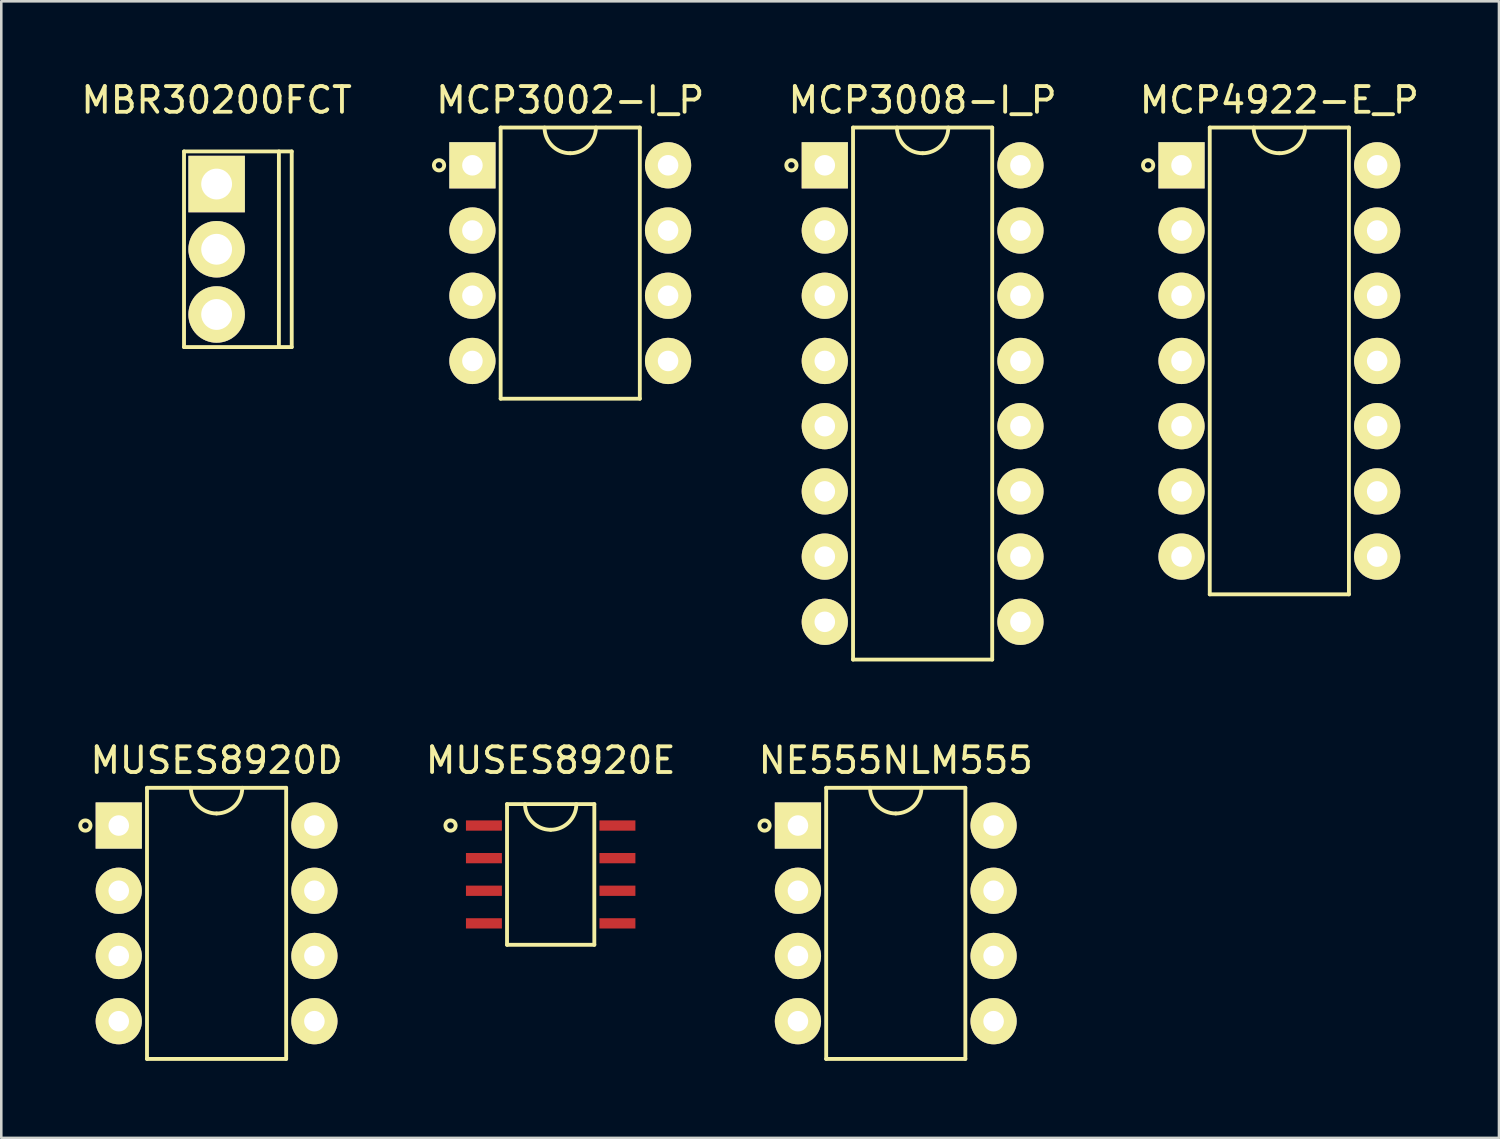
<source format=kicad_pcb>
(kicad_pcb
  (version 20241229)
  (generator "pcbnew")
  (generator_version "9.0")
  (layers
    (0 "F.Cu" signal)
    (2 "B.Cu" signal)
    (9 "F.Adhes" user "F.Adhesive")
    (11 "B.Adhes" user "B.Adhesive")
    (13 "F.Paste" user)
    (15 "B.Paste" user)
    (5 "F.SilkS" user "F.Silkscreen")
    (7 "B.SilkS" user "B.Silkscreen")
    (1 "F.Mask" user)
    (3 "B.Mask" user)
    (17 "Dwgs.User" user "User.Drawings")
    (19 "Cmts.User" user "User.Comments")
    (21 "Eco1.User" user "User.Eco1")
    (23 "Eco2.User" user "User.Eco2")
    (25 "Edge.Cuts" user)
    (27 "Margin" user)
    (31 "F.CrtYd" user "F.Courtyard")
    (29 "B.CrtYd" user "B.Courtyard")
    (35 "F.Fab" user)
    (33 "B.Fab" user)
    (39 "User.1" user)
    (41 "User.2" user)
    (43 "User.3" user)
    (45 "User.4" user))
  (footprint "MUSES8920E"
    (layer "F.Cu")
    (at 15.797 29.102)
    (property "Reference" "MUSES8920E" (at 2.6 -2.54 0) (layer "F.SilkS") (effects (font (size 1 1) (thickness 0.15))))
    (attr through_hole)
    (fp_line (start 0.9 -0.835) (end 4.3 -0.835) (stroke (width 0.15) (type solid)) (layer "F.SilkS"))
    (fp_line (start 0.9 4.645) (end 0.9 -0.835) (stroke (width 0.15) (type solid)) (layer "F.SilkS"))
    (fp_line (start 4.3 -0.835) (end 4.3 4.645) (stroke (width 0.15) (type solid)) (layer "F.SilkS"))
    (fp_line (start 4.3 4.645) (end 0.9 4.645) (stroke (width 0.15) (type solid)) (layer "F.SilkS"))
    (fp_arc (start 2.6 0.165) (mid 1.892893 -0.127893) (end 1.6 -0.835) (stroke (width 0.15) (type solid)) (layer "F.SilkS"))
    (fp_arc (start 3.6 -0.835) (mid 3.307107 -0.127893) (end 2.6 0.165) (stroke (width 0.15) (type solid)) (layer "F.SilkS"))
    (fp_circle (center -1.3 0) (end -1.3 0.2) (stroke (width 0.15) (type solid)) (fill no) (layer "F.SilkS"))
    (pad "1" smd rect (at 0 0) (size 1.4 0.4) (layers "F.Cu" "F.Mask" "F.Paste"))
    (pad "2" smd rect (at 0 1.27) (size 1.4 0.4) (layers "F.Cu" "F.Mask" "F.Paste"))
    (pad "3" smd rect (at 0 2.54) (size 1.4 0.4) (layers "F.Cu" "F.Mask" "F.Paste"))
    (pad "4" smd rect (at 0 3.81) (size 1.4 0.4) (layers "F.Cu" "F.Mask" "F.Paste"))
    (pad "5" smd rect (at 5.2 3.81) (size 1.4 0.4) (layers "F.Cu" "F.Mask" "F.Paste"))
    (pad "6" smd rect (at 5.2 2.54) (size 1.4 0.4) (layers "F.Cu" "F.Mask" "F.Paste"))
    (pad "7" smd rect (at 5.2 1.27) (size 1.4 0.4) (layers "F.Cu" "F.Mask" "F.Paste"))
    (pad "8" smd rect (at 5.2 0) (size 1.4 0.4) (layers "F.Cu" "F.Mask" "F.Paste")))
  (footprint "MCP4922-E_P"
    (layer "F.Cu")
    (at 42.966 3.388)
    (property "Reference" "MCP4922-E_P" (at 3.81 -2.54 0) (layer "F.SilkS") (effects (font (size 1 1) (thickness 0.15))))
    (attr through_hole)
    (fp_line (start 1.1 -1.47) (end 6.52 -1.47) (stroke (width 0.15) (type solid)) (layer "F.SilkS"))
    (fp_line (start 1.1 16.71) (end 1.1 -1.47) (stroke (width 0.15) (type solid)) (layer "F.SilkS"))
    (fp_line (start 6.52 -1.47) (end 6.52 16.71) (stroke (width 0.15) (type solid)) (layer "F.SilkS"))
    (fp_line (start 6.52 16.71) (end 1.1 16.71) (stroke (width 0.15) (type solid)) (layer "F.SilkS"))
    (fp_arc (start 3.81 -0.47) (mid 3.102893 -0.762893) (end 2.81 -1.47) (stroke (width 0.15) (type solid)) (layer "F.SilkS"))
    (fp_arc (start 4.81 -1.47) (mid 4.517107 -0.762893) (end 3.81 -0.47) (stroke (width 0.15) (type solid)) (layer "F.SilkS"))
    (fp_circle (center -1.3 0) (end -1.3 0.2) (stroke (width 0.15) (type solid)) (fill no) (layer "F.SilkS"))
    (pad "1" thru_hole rect (at 0 0) (size 1.8 1.8) (drill 0.8) (layers "*.Cu" "*.Mask" "F.SilkS"))
    (pad "2" thru_hole circle (at 0 2.54) (size 1.8 1.8) (drill 0.8) (layers "*.Cu" "*.Mask" "F.SilkS"))
    (pad "3" thru_hole circle (at 0 5.08) (size 1.8 1.8) (drill 0.8) (layers "*.Cu" "*.Mask" "F.SilkS"))
    (pad "4" thru_hole circle (at 0 7.62) (size 1.8 1.8) (drill 0.8) (layers "*.Cu" "*.Mask" "F.SilkS"))
    (pad "5" thru_hole circle (at 0 10.16) (size 1.8 1.8) (drill 0.8) (layers "*.Cu" "*.Mask" "F.SilkS"))
    (pad "6" thru_hole circle (at 0 12.7) (size 1.8 1.8) (drill 0.8) (layers "*.Cu" "*.Mask" "F.SilkS"))
    (pad "7" thru_hole circle (at 0 15.24) (size 1.8 1.8) (drill 0.8) (layers "*.Cu" "*.Mask" "F.SilkS"))
    (pad "8" thru_hole circle (at 7.62 15.24) (size 1.8 1.8) (drill 0.8) (layers "*.Cu" "*.Mask" "F.SilkS"))
    (pad "9" thru_hole circle (at 7.62 12.7) (size 1.8 1.8) (drill 0.8) (layers "*.Cu" "*.Mask" "F.SilkS"))
    (pad "10" thru_hole circle (at 7.62 10.16) (size 1.8 1.8) (drill 0.8) (layers "*.Cu" "*.Mask" "F.SilkS"))
    (pad "11" thru_hole circle (at 7.62 7.62) (size 1.8 1.8) (drill 0.8) (layers "*.Cu" "*.Mask" "F.SilkS"))
    (pad "12" thru_hole circle (at 7.62 5.08) (size 1.8 1.8) (drill 0.8) (layers "*.Cu" "*.Mask" "F.SilkS"))
    (pad "13" thru_hole circle (at 7.62 2.54) (size 1.8 1.8) (drill 0.8) (layers "*.Cu" "*.Mask" "F.SilkS"))
    (pad "14" thru_hole circle (at 7.62 0) (size 1.8 1.8) (drill 0.8) (layers "*.Cu" "*.Mask" "F.SilkS")))
  (footprint "MCP3002-I_P"
    (layer "F.Cu")
    (at 15.349 3.388)
    (property "Reference" "MCP3002-I_P" (at 3.81 -2.54 0) (layer "F.SilkS") (effects (font (size 1 1) (thickness 0.15))))
    (attr through_hole)
    (fp_line (start 1.1 -1.47) (end 6.52 -1.47) (stroke (width 0.15) (type solid)) (layer "F.SilkS"))
    (fp_line (start 1.1 9.09) (end 1.1 -1.47) (stroke (width 0.15) (type solid)) (layer "F.SilkS"))
    (fp_line (start 6.52 -1.47) (end 6.52 9.09) (stroke (width 0.15) (type solid)) (layer "F.SilkS"))
    (fp_line (start 6.52 9.09) (end 1.1 9.09) (stroke (width 0.15) (type solid)) (layer "F.SilkS"))
    (fp_arc (start 3.81 -0.47) (mid 3.102893 -0.762893) (end 2.81 -1.47) (stroke (width 0.15) (type solid)) (layer "F.SilkS"))
    (fp_arc (start 4.81 -1.47) (mid 4.517107 -0.762893) (end 3.81 -0.47) (stroke (width 0.15) (type solid)) (layer "F.SilkS"))
    (fp_circle (center -1.3 0) (end -1.3 0.2) (stroke (width 0.15) (type solid)) (fill no) (layer "F.SilkS"))
    (pad "1" thru_hole rect (at 0 0) (size 1.8 1.8) (drill 0.8) (layers "*.Cu" "*.Mask" "F.SilkS"))
    (pad "2" thru_hole circle (at 0 2.54) (size 1.8 1.8) (drill 0.8) (layers "*.Cu" "*.Mask" "F.SilkS"))
    (pad "3" thru_hole circle (at 0 5.08) (size 1.8 1.8) (drill 0.8) (layers "*.Cu" "*.Mask" "F.SilkS"))
    (pad "4" thru_hole circle (at 0 7.62) (size 1.8 1.8) (drill 0.8) (layers "*.Cu" "*.Mask" "F.SilkS"))
    (pad "5" thru_hole circle (at 7.62 7.62) (size 1.8 1.8) (drill 0.8) (layers "*.Cu" "*.Mask" "F.SilkS"))
    (pad "6" thru_hole circle (at 7.62 5.08) (size 1.8 1.8) (drill 0.8) (layers "*.Cu" "*.Mask" "F.SilkS"))
    (pad "7" thru_hole circle (at 7.62 2.54) (size 1.8 1.8) (drill 0.8) (layers "*.Cu" "*.Mask" "F.SilkS"))
    (pad "8" thru_hole circle (at 7.62 0) (size 1.8 1.8) (drill 0.8) (layers "*.Cu" "*.Mask" "F.SilkS")))
  (footprint "MCP3008-I_P"
    (layer "F.Cu")
    (at 29.073 3.388)
    (property "Reference" "MCP3008-I_P" (at 3.81 -2.54 0) (layer "F.SilkS") (effects (font (size 1 1) (thickness 0.15))))
    (attr through_hole)
    (fp_line (start 1.1 -1.47) (end 6.52 -1.47) (stroke (width 0.15) (type solid)) (layer "F.SilkS"))
    (fp_line (start 1.1 19.25) (end 1.1 -1.47) (stroke (width 0.15) (type solid)) (layer "F.SilkS"))
    (fp_line (start 6.52 -1.47) (end 6.52 19.25) (stroke (width 0.15) (type solid)) (layer "F.SilkS"))
    (fp_line (start 6.52 19.25) (end 1.1 19.25) (stroke (width 0.15) (type solid)) (layer "F.SilkS"))
    (fp_arc (start 3.81 -0.47) (mid 3.102893 -0.762893) (end 2.81 -1.47) (stroke (width 0.15) (type solid)) (layer "F.SilkS"))
    (fp_arc (start 4.81 -1.47) (mid 4.517107 -0.762893) (end 3.81 -0.47) (stroke (width 0.15) (type solid)) (layer "F.SilkS"))
    (fp_circle (center -1.3 0) (end -1.3 0.2) (stroke (width 0.15) (type solid)) (fill no) (layer "F.SilkS"))
    (pad "1" thru_hole rect (at 0 0) (size 1.8 1.8) (drill 0.8) (layers "*.Cu" "*.Mask" "F.SilkS"))
    (pad "2" thru_hole circle (at 0 2.54) (size 1.8 1.8) (drill 0.8) (layers "*.Cu" "*.Mask" "F.SilkS"))
    (pad "3" thru_hole circle (at 0 5.08) (size 1.8 1.8) (drill 0.8) (layers "*.Cu" "*.Mask" "F.SilkS"))
    (pad "4" thru_hole circle (at 0 7.62) (size 1.8 1.8) (drill 0.8) (layers "*.Cu" "*.Mask" "F.SilkS"))
    (pad "5" thru_hole circle (at 0 10.16) (size 1.8 1.8) (drill 0.8) (layers "*.Cu" "*.Mask" "F.SilkS"))
    (pad "6" thru_hole circle (at 0 12.7) (size 1.8 1.8) (drill 0.8) (layers "*.Cu" "*.Mask" "F.SilkS"))
    (pad "7" thru_hole circle (at 0 15.24) (size 1.8 1.8) (drill 0.8) (layers "*.Cu" "*.Mask" "F.SilkS"))
    (pad "8" thru_hole circle (at 0 17.78) (size 1.8 1.8) (drill 0.8) (layers "*.Cu" "*.Mask" "F.SilkS"))
    (pad "9" thru_hole circle (at 7.62 17.78) (size 1.8 1.8) (drill 0.8) (layers "*.Cu" "*.Mask" "F.SilkS"))
    (pad "10" thru_hole circle (at 7.62 15.24) (size 1.8 1.8) (drill 0.8) (layers "*.Cu" "*.Mask" "F.SilkS"))
    (pad "11" thru_hole circle (at 7.62 12.7) (size 1.8 1.8) (drill 0.8) (layers "*.Cu" "*.Mask" "F.SilkS"))
    (pad "12" thru_hole circle (at 7.62 10.16) (size 1.8 1.8) (drill 0.8) (layers "*.Cu" "*.Mask" "F.SilkS"))
    (pad "13" thru_hole circle (at 7.62 7.62) (size 1.8 1.8) (drill 0.8) (layers "*.Cu" "*.Mask" "F.SilkS"))
    (pad "14" thru_hole circle (at 7.62 5.08) (size 1.8 1.8) (drill 0.8) (layers "*.Cu" "*.Mask" "F.SilkS"))
    (pad "15" thru_hole circle (at 7.62 2.54) (size 1.8 1.8) (drill 0.8) (layers "*.Cu" "*.Mask" "F.SilkS"))
    (pad "16" thru_hole circle (at 7.62 0) (size 1.8 1.8) (drill 0.8) (layers "*.Cu" "*.Mask" "F.SilkS")))
  (footprint "MBR30200FCT"
    (layer "F.Cu")
    (at 5.387 4.118)
    (property "Reference" "MBR30200FCT" (at 0 -3.27 0) (layer "F.SilkS") (effects (font (size 1 1) (thickness 0.15))))
    (attr through_hole)
    (fp_line (start -1.27 -1.27) (end -1.27 6.35) (stroke (width 0.15) (type solid)) (layer "F.SilkS"))
    (fp_line (start -1.27 -1.27) (end 2.925 -1.27) (stroke (width 0.15) (type solid)) (layer "F.SilkS"))
    (fp_line (start -1.27 6.35) (end 2.925 6.35) (stroke (width 0.15) (type solid)) (layer "F.SilkS"))
    (fp_line (start 2.425 -1.27) (end 2.425 6.35) (stroke (width 0.15) (type solid)) (layer "F.SilkS"))
    (fp_line (start 2.925 -1.27) (end 2.925 6.35) (stroke (width 0.15) (type solid)) (layer "F.SilkS"))
    (pad "1" thru_hole rect (at 0 0) (size 2.2 2.2) (drill 1.2) (layers "*.Cu" "*.Mask" "F.SilkS"))
    (pad "2" thru_hole circle (at 0 2.54) (size 2.2 2.2) (drill 1.2) (layers "*.Cu" "*.Mask" "F.SilkS"))
    (pad "3" thru_hole circle (at 0 5.08) (size 2.2 2.2) (drill 1.2) (layers "*.Cu" "*.Mask" "F.SilkS")))
  (footprint "NE555NLM555"
    (layer "F.Cu")
    (at 28.027 29.102)
    (property "Reference" "NE555NLM555" (at 3.81 -2.54 0) (layer "F.SilkS") (effects (font (size 1 1) (thickness 0.15))))
    (attr through_hole)
    (fp_line (start 1.1 -1.47) (end 6.52 -1.47) (stroke (width 0.15) (type solid)) (layer "F.SilkS"))
    (fp_line (start 1.1 9.09) (end 1.1 -1.47) (stroke (width 0.15) (type solid)) (layer "F.SilkS"))
    (fp_line (start 6.52 -1.47) (end 6.52 9.09) (stroke (width 0.15) (type solid)) (layer "F.SilkS"))
    (fp_line (start 6.52 9.09) (end 1.1 9.09) (stroke (width 0.15) (type solid)) (layer "F.SilkS"))
    (fp_arc (start 3.81 -0.47) (mid 3.102893 -0.762893) (end 2.81 -1.47) (stroke (width 0.15) (type solid)) (layer "F.SilkS"))
    (fp_arc (start 4.81 -1.47) (mid 4.517107 -0.762893) (end 3.81 -0.47) (stroke (width 0.15) (type solid)) (layer "F.SilkS"))
    (fp_circle (center -1.3 0) (end -1.3 0.2) (stroke (width 0.15) (type solid)) (fill no) (layer "F.SilkS"))
    (pad "1" thru_hole rect (at 0 0) (size 1.8 1.8) (drill 0.8) (layers "*.Cu" "*.Mask" "F.SilkS"))
    (pad "2" thru_hole circle (at 0 2.54) (size 1.8 1.8) (drill 0.8) (layers "*.Cu" "*.Mask" "F.SilkS"))
    (pad "3" thru_hole circle (at 0 5.08) (size 1.8 1.8) (drill 0.8) (layers "*.Cu" "*.Mask" "F.SilkS"))
    (pad "4" thru_hole circle (at 0 7.62) (size 1.8 1.8) (drill 0.8) (layers "*.Cu" "*.Mask" "F.SilkS"))
    (pad "5" thru_hole circle (at 7.62 7.62) (size 1.8 1.8) (drill 0.8) (layers "*.Cu" "*.Mask" "F.SilkS"))
    (pad "6" thru_hole circle (at 7.62 5.08) (size 1.8 1.8) (drill 0.8) (layers "*.Cu" "*.Mask" "F.SilkS"))
    (pad "7" thru_hole circle (at 7.62 2.54) (size 1.8 1.8) (drill 0.8) (layers "*.Cu" "*.Mask" "F.SilkS"))
    (pad "8" thru_hole circle (at 7.62 0) (size 1.8 1.8) (drill 0.8) (layers "*.Cu" "*.Mask" "F.SilkS")))
  (footprint "MUSES8920D"
    (layer "F.Cu")
    (at 1.575 29.102)
    (property "Reference" "MUSES8920D" (at 3.81 -2.54 0) (layer "F.SilkS") (effects (font (size 1 1) (thickness 0.15))))
    (attr through_hole)
    (fp_line (start 1.1 -1.47) (end 6.52 -1.47) (stroke (width 0.15) (type solid)) (layer "F.SilkS"))
    (fp_line (start 1.1 9.09) (end 1.1 -1.47) (stroke (width 0.15) (type solid)) (layer "F.SilkS"))
    (fp_line (start 6.52 -1.47) (end 6.52 9.09) (stroke (width 0.15) (type solid)) (layer "F.SilkS"))
    (fp_line (start 6.52 9.09) (end 1.1 9.09) (stroke (width 0.15) (type solid)) (layer "F.SilkS"))
    (fp_arc (start 3.81 -0.47) (mid 3.102893 -0.762893) (end 2.81 -1.47) (stroke (width 0.15) (type solid)) (layer "F.SilkS"))
    (fp_arc (start 4.81 -1.47) (mid 4.517107 -0.762893) (end 3.81 -0.47) (stroke (width 0.15) (type solid)) (layer "F.SilkS"))
    (fp_circle (center -1.3 0) (end -1.3 0.2) (stroke (width 0.15) (type solid)) (fill no) (layer "F.SilkS"))
    (pad "1" thru_hole rect (at 0 0) (size 1.8 1.8) (drill 0.8) (layers "*.Cu" "*.Mask" "F.SilkS"))
    (pad "2" thru_hole circle (at 0 2.54) (size 1.8 1.8) (drill 0.8) (layers "*.Cu" "*.Mask" "F.SilkS"))
    (pad "3" thru_hole circle (at 0 5.08) (size 1.8 1.8) (drill 0.8) (layers "*.Cu" "*.Mask" "F.SilkS"))
    (pad "4" thru_hole circle (at 0 7.62) (size 1.8 1.8) (drill 0.8) (layers "*.Cu" "*.Mask" "F.SilkS"))
    (pad "5" thru_hole circle (at 7.62 7.62) (size 1.8 1.8) (drill 0.8) (layers "*.Cu" "*.Mask" "F.SilkS"))
    (pad "6" thru_hole circle (at 7.62 5.08) (size 1.8 1.8) (drill 0.8) (layers "*.Cu" "*.Mask" "F.SilkS"))
    (pad "7" thru_hole circle (at 7.62 2.54) (size 1.8 1.8) (drill 0.8) (layers "*.Cu" "*.Mask" "F.SilkS"))
    (pad "8" thru_hole circle (at 7.62 0) (size 1.8 1.8) (drill 0.8) (layers "*.Cu" "*.Mask" "F.SilkS")))
  (gr_rect
    (start -3 -3)
    (end 55.33 41.267)
    (stroke (width 0.1) (type default))
    (fill no)
    (layer "Edge.Cuts")))
</source>
